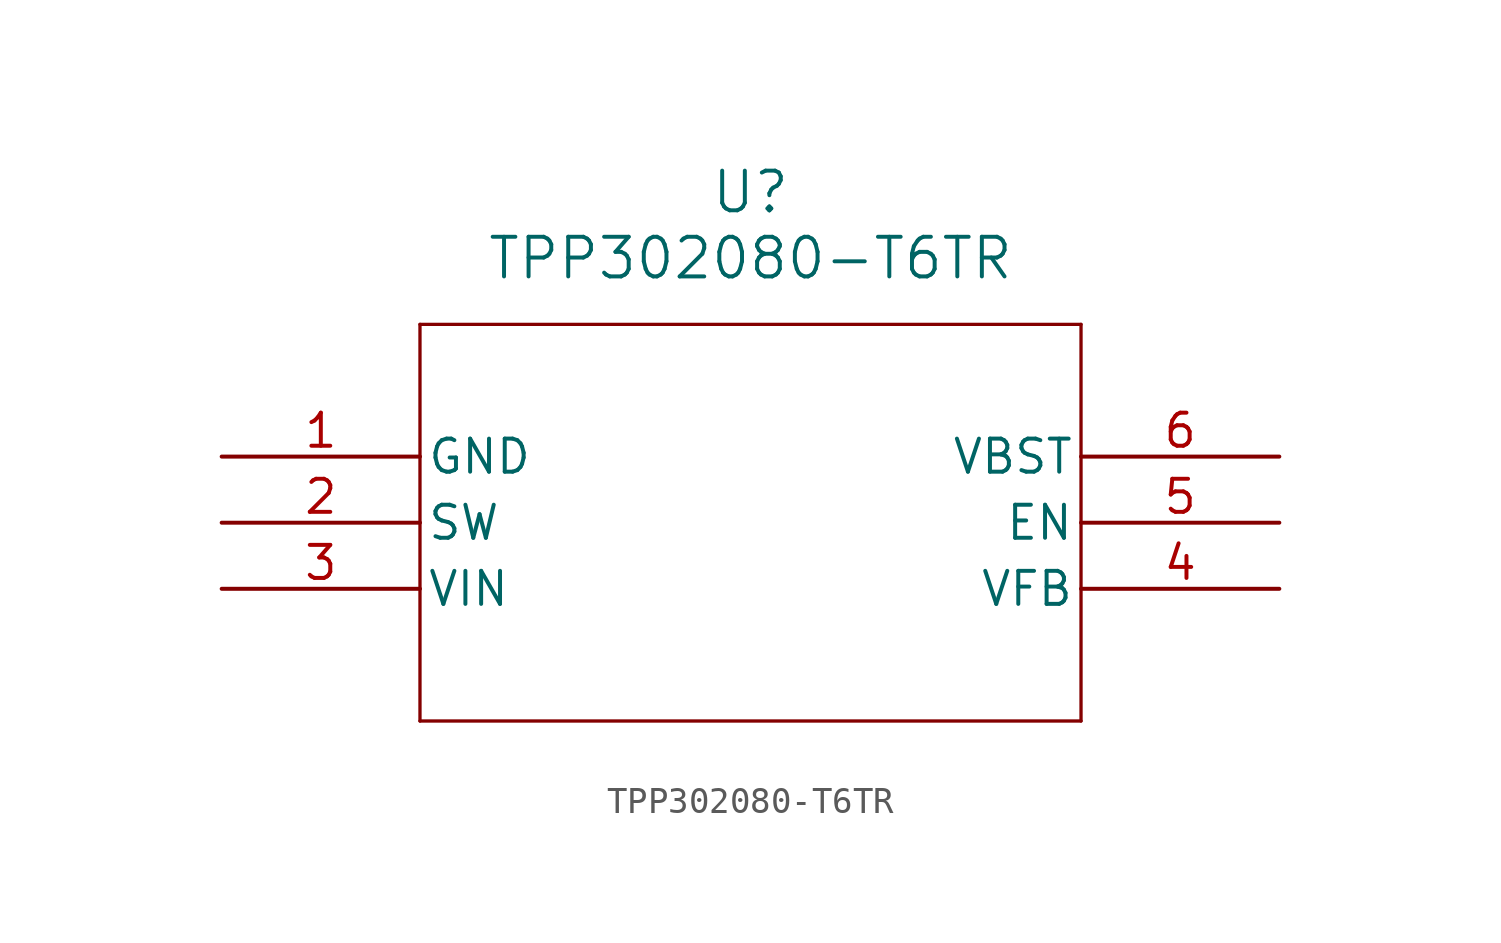
<source format=kicad_sym>
(kicad_symbol_lib
  (version 20211014)
  (generator kicad_symbol_editor)
  (symbol "TPP302080-T6TR"
    (pin_names
      (offset 0.254))
    (property "Reference" "U"
      (at 20.32 10.16 0)
      (effects (font (size 1.524 1.524))))
    (property "Value" "TPP302080-T6TR"
      (at 20.32 7.62 0)
      (effects (font (size 1.524 1.524))))
    (symbol "TPP302080-T6TR_0_1"
      (polyline (pts (xy 7.62 5.08) (xy 7.62 -10.16)) (stroke (width 0.127) (type default) (color 0 0 0 0)) (fill (type none)))
      (polyline (pts (xy 7.62 -10.16) (xy 33.02 -10.16)) (stroke (width 0.127) (type default) (color 0 0 0 0)) (fill (type none)))
      (polyline (pts (xy 33.02 -10.16) (xy 33.02 5.08)) (stroke (width 0.127) (type default) (color 0 0 0 0)) (fill (type none)))
      (polyline (pts (xy 33.02 5.08) (xy 7.62 5.08)) (stroke (width 0.127) (type default) (color 0 0 0 0)) (fill (type none)))
      (pin power_out line (at 0 0 0) (length 7.62) (name "GND" (effects (font (size 1.27 1.27)))) (number "1" (effects (font (size 1.27 1.27)))))
      (pin output line (at 0 -2.54 0) (length 7.62) (name "SW" (effects (font (size 1.27 1.27)))) (number "2" (effects (font (size 1.27 1.27)))))
      (pin power_in line (at 0 -5.08 0) (length 7.62) (name "VIN" (effects (font (size 1.27 1.27)))) (number "3" (effects (font (size 1.27 1.27)))))
      (pin input line (at 40.64 -5.08 180) (length 7.62) (name "VFB" (effects (font (size 1.27 1.27)))) (number "4" (effects (font (size 1.27 1.27)))))
      (pin input line (at 40.64 -2.54 180) (length 7.62) (name "EN" (effects (font (size 1.27 1.27)))) (number "5" (effects (font (size 1.27 1.27)))))
      (pin output line (at 40.64 0 180) (length 7.62) (name "VBST" (effects (font (size 1.27 1.27)))) (number "6" (effects (font (size 1.27 1.27))))))))
</source>
